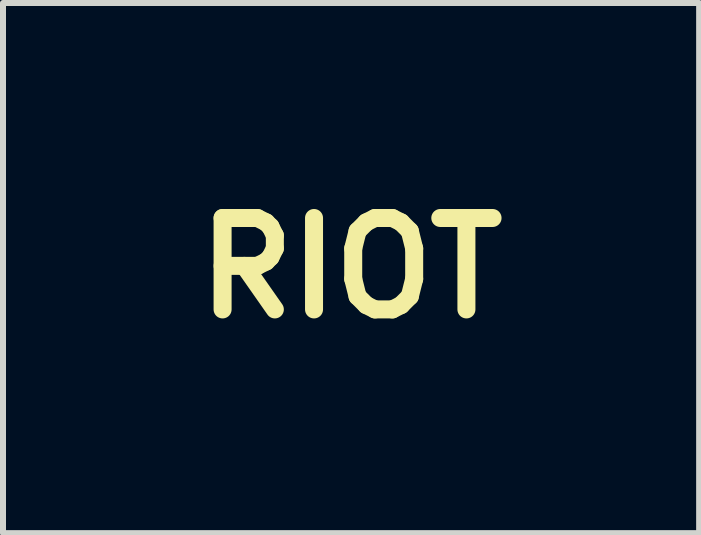
<source format=kicad_pcb>
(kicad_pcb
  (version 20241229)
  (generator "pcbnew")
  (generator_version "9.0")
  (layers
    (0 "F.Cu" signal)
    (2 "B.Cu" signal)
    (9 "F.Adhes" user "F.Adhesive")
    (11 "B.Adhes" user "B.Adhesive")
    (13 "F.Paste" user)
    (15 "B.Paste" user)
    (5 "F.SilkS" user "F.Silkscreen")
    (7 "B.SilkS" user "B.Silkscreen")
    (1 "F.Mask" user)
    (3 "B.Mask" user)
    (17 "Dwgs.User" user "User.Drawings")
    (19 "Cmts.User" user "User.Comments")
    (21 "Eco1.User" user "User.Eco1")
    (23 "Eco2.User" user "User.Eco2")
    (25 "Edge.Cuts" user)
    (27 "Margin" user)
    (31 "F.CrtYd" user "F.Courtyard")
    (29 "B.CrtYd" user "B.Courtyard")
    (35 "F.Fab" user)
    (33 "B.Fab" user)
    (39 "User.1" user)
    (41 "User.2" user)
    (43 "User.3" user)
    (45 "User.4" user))
  (footprint "RIOT"
    (layer "F.Cu")
    (at 2.801 1.418)
    (property "Reference" "RIOT" (at 0 0 0) (layer "F.SilkS") (effects (font (size 1.524 1.524) (thickness 0.3))))
    (attr through_hole)
    (fp_poly (pts (xy -0.448 0.272) (xy -0.425 0.287) (xy -0.411 0.305) (xy -0.386 0.342) (xy -0.353 0.393) (xy -0.313 0.456) (xy -0.27 0.525) (xy -0.267 0.53) (xy -0.215 0.616) (xy -0.176 0.684) (xy -0.15 0.736) (xy -0.136 0.776) (xy -0.133 0.807) (xy -0.139 0.831) (xy -0.154 0.854) (xy -0.164 0.864) (xy -0.208 0.891) (xy -0.256 0.894) (xy -0.302 0.873) (xy -0.309 0.867) (xy -0.326 0.845) (xy -0.352 0.805) (xy -0.384 0.751) (xy -0.42 0.687) (xy -0.457 0.618) (xy -0.494 0.548) (xy -0.526 0.483) (xy -0.553 0.426) (xy -0.572 0.382) (xy -0.58 0.356) (xy -0.58 0.354) (xy -0.573 0.319) (xy -0.56 0.293) (xy -0.53 0.271) (xy -0.489 0.264) (xy -0.448 0.272)) (stroke (width 0.01) (type solid)) (fill yes) (layer "F.Mask"))
    (fp_poly (pts (xy 0.275 -0.166) (xy 0.298 -0.153) (xy 0.304 -0.147) (xy 0.31 -0.138) (xy 0.314 -0.123) (xy 0.317 -0.1) (xy 0.32 -0.067) (xy 0.322 -0.02) (xy 0.324 0.043) (xy 0.325 0.125) (xy 0.326 0.229) (xy 0.327 0.343) (xy 0.328 0.471) (xy 0.328 0.574) (xy 0.328 0.656) (xy 0.327 0.72) (xy 0.325 0.768) (xy 0.323 0.802) (xy 0.319 0.826) (xy 0.315 0.842) (xy 0.31 0.852) (xy 0.28 0.877) (xy 0.241 0.883) (xy 0.204 0.869) (xy 0.193 0.859) (xy 0.188 0.851) (xy 0.183 0.837) (xy 0.179 0.816) (xy 0.176 0.785) (xy 0.174 0.741) (xy 0.173 0.681) (xy 0.172 0.604) (xy 0.172 0.505) (xy 0.171 0.384) (xy 0.171 0.358) (xy 0.171 0.233) (xy 0.172 0.132) (xy 0.172 0.052) (xy 0.173 -0.01) (xy 0.175 -0.056) (xy 0.178 -0.089) (xy 0.181 -0.112) (xy 0.185 -0.127) (xy 0.191 -0.137) (xy 0.198 -0.145) (xy 0.198 -0.145) (xy 0.235 -0.168) (xy 0.275 -0.166)) (stroke (width 0.01) (type solid)) (fill yes) (layer "F.Mask"))
    (fp_poly (pts (xy 1.645 -0.158) (xy 1.715 -0.156) (xy 1.765 -0.152) (xy 1.799 -0.144) (xy 1.819 -0.133) (xy 1.83 -0.117) (xy 1.833 -0.096) (xy 1.833 -0.087) (xy 1.823 -0.049) (xy 1.79 -0.025) (xy 1.736 -0.014) (xy 1.71 -0.013) (xy 1.635 -0.013) (xy 1.635 0.406) (xy 1.635 0.525) (xy 1.635 0.62) (xy 1.634 0.695) (xy 1.632 0.751) (xy 1.629 0.792) (xy 1.626 0.821) (xy 1.621 0.84) (xy 1.616 0.853) (xy 1.615 0.854) (xy 1.584 0.878) (xy 1.545 0.883) (xy 1.508 0.868) (xy 1.499 0.859) (xy 1.493 0.85) (xy 1.488 0.836) (xy 1.484 0.814) (xy 1.481 0.781) (xy 1.479 0.734) (xy 1.478 0.672) (xy 1.477 0.59) (xy 1.477 0.486) (xy 1.477 0.411) (xy 1.477 -0.013) (xy 1.399 -0.013) (xy 1.339 -0.018) (xy 1.302 -0.033) (xy 1.283 -0.061) (xy 1.279 -0.091) (xy 1.281 -0.113) (xy 1.287 -0.13) (xy 1.301 -0.142) (xy 1.326 -0.15) (xy 1.367 -0.155) (xy 1.426 -0.157) (xy 1.506 -0.158) (xy 1.551 -0.158) (xy 1.645 -0.158)) (stroke (width 0.01) (type solid)) (fill yes) (layer "F.Mask"))
    (fp_poly (pts (xy 0.895 -0.165) (xy 0.97 -0.137) (xy 1.002 -0.117) (xy 1.032 -0.094) (xy 1.056 -0.071) (xy 1.074 -0.044) (xy 1.087 -0.01) (xy 1.096 0.035) (xy 1.102 0.093) (xy 1.106 0.167) (xy 1.107 0.262) (xy 1.107 0.359) (xy 1.107 0.466) (xy 1.105 0.558) (xy 1.103 0.633) (xy 1.099 0.687) (xy 1.095 0.718) (xy 1.094 0.721) (xy 1.067 0.767) (xy 1.025 0.814) (xy 0.978 0.852) (xy 0.953 0.865) (xy 0.889 0.881) (xy 0.817 0.882) (xy 0.749 0.867) (xy 0.719 0.854) (xy 0.68 0.824) (xy 0.641 0.784) (xy 0.627 0.767) (xy 0.587 0.71) (xy 0.583 0.386) (xy 0.582 0.271) (xy 0.582 0.18) (xy 0.585 0.108) (xy 0.59 0.053) (xy 0.59 0.052) (xy 0.739 0.052) (xy 0.739 0.359) (xy 0.739 0.461) (xy 0.74 0.54) (xy 0.742 0.599) (xy 0.746 0.642) (xy 0.753 0.672) (xy 0.762 0.693) (xy 0.774 0.707) (xy 0.791 0.718) (xy 0.798 0.723) (xy 0.829 0.736) (xy 0.86 0.735) (xy 0.89 0.725) (xy 0.913 0.714) (xy 0.93 0.696) (xy 0.943 0.67) (xy 0.952 0.631) (xy 0.958 0.578) (xy 0.961 0.506) (xy 0.961 0.413) (xy 0.96 0.336) (xy 0.959 0.243) (xy 0.957 0.173) (xy 0.955 0.121) (xy 0.952 0.085) (xy 0.948 0.061) (xy 0.942 0.044) (xy 0.933 0.031) (xy 0.924 0.021) (xy 0.881 -0.008) (xy 0.833 -0.013) (xy 0.787 0.006) (xy 0.771 0.019) (xy 0.739 0.052) (xy 0.59 0.052) (xy 0.599 0.01) (xy 0.611 -0.024) (xy 0.629 -0.052) (xy 0.652 -0.078) (xy 0.673 -0.097) (xy 0.742 -0.144) (xy 0.818 -0.167) (xy 0.895 -0.165)) (stroke (width 0.01) (type solid)) (fill yes) (layer "F.Mask"))
    (fp_poly (pts (xy -0.403 -0.971) (xy -0.308 -0.935) (xy -0.279 -0.917) (xy -0.199 -0.851) (xy -0.135 -0.768) (xy -0.089 -0.671) (xy -0.062 -0.568) (xy -0.058 -0.462) (xy -0.06 -0.444) (xy -0.084 -0.345) (xy -0.132 -0.247) (xy -0.2 -0.155) (xy -0.285 -0.072) (xy -0.386 -0.002) (xy -0.43 0.022) (xy -0.517 0.059) (xy -0.588 0.076) (xy -0.642 0.073) (xy -0.679 0.053) (xy -0.712 0.008) (xy -0.721 -0.037) (xy -0.705 -0.08) (xy -0.665 -0.118) (xy -0.612 -0.144) (xy -0.543 -0.172) (xy -0.491 -0.198) (xy -0.447 -0.227) (xy -0.402 -0.265) (xy -0.399 -0.268) (xy -0.336 -0.339) (xy -0.297 -0.416) (xy -0.28 -0.494) (xy -0.287 -0.571) (xy -0.318 -0.643) (xy -0.346 -0.68) (xy -0.399 -0.729) (xy -0.455 -0.756) (xy -0.521 -0.765) (xy -0.524 -0.765) (xy -0.606 -0.752) (xy -0.686 -0.716) (xy -0.757 -0.661) (xy -0.813 -0.59) (xy -0.822 -0.574) (xy -0.831 -0.556) (xy -0.838 -0.539) (xy -0.842 -0.517) (xy -0.846 -0.488) (xy -0.847 -0.449) (xy -0.847 -0.394) (xy -0.846 -0.322) (xy -0.845 -0.227) (xy -0.844 -0.198) (xy -0.842 -0.09) (xy -0.84 0.027) (xy -0.839 0.143) (xy -0.838 0.251) (xy -0.837 0.343) (xy -0.837 0.363) (xy -0.837 0.602) (xy -0.887 0.702) (xy -0.949 0.803) (xy -1.026 0.881) (xy -1.117 0.937) (xy -1.222 0.972) (xy -1.312 0.983) (xy -1.368 0.984) (xy -1.42 0.981) (xy -1.454 0.976) (xy -1.559 0.937) (xy -1.648 0.879) (xy -1.719 0.805) (xy -1.772 0.718) (xy -1.805 0.62) (xy -1.817 0.514) (xy -1.807 0.402) (xy -1.774 0.287) (xy -1.756 0.244) (xy -1.697 0.148) (xy -1.618 0.066) (xy -1.522 -0.001) (xy -1.415 -0.049) (xy -1.35 -0.066) (xy -1.306 -0.074) (xy -1.278 -0.075) (xy -1.256 -0.066) (xy -1.241 -0.056) (xy -1.213 -0.022) (xy -1.202 0.02) (xy -1.208 0.06) (xy -1.224 0.083) (xy -1.251 0.1) (xy -1.292 0.116) (xy -1.315 0.123) (xy -1.411 0.16) (xy -1.493 0.216) (xy -1.556 0.288) (xy -1.6 0.372) (xy -1.621 0.467) (xy -1.622 0.502) (xy -1.611 0.589) (xy -1.578 0.661) (xy -1.527 0.718) (xy -1.458 0.756) (xy -1.375 0.775) (xy -1.313 0.776) (xy -1.227 0.759) (xy -1.155 0.72) (xy -1.099 0.661) (xy -1.084 0.636) (xy -1.068 0.603) (xy -1.055 0.567) (xy -1.046 0.525) (xy -1.041 0.473) (xy -1.04 0.409) (xy -1.041 0.328) (xy -1.045 0.228) (xy -1.051 0.127) (xy -1.056 0.024) (xy -1.061 -0.084) (xy -1.064 -0.189) (xy -1.066 -0.284) (xy -1.066 -0.362) (xy -1.066 -0.382) (xy -1.064 -0.458) (xy -1.061 -0.514) (xy -1.057 -0.555) (xy -1.05 -0.588) (xy -1.04 -0.618) (xy -1.025 -0.652) (xy -1.021 -0.66) (xy -0.963 -0.756) (xy -0.888 -0.837) (xy -0.802 -0.902) (xy -0.706 -0.949) (xy -0.606 -0.977) (xy -0.504 -0.985) (xy -0.403 -0.971)) (stroke (width 0.01) (type solid)) (fill yes) (layer "F.Mask")))
  (gr_rect
    (start -3 -3)
    (end 8.603 5.836)
    (stroke (width 0.1) (type default))
    (fill no)
    (layer "Edge.Cuts")))
</source>
